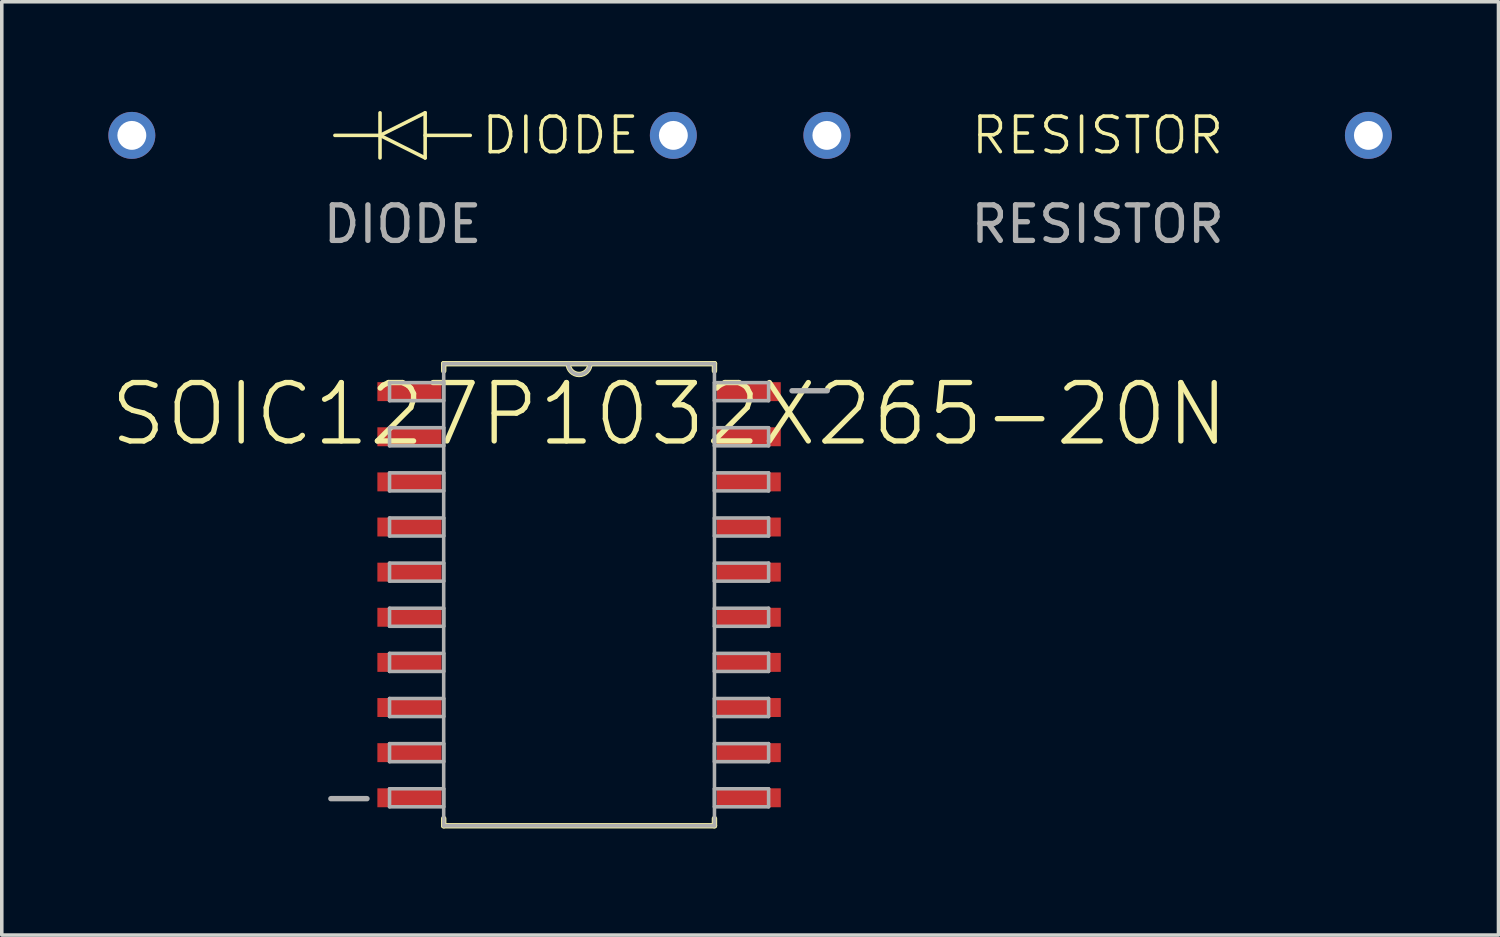
<source format=kicad_pcb>
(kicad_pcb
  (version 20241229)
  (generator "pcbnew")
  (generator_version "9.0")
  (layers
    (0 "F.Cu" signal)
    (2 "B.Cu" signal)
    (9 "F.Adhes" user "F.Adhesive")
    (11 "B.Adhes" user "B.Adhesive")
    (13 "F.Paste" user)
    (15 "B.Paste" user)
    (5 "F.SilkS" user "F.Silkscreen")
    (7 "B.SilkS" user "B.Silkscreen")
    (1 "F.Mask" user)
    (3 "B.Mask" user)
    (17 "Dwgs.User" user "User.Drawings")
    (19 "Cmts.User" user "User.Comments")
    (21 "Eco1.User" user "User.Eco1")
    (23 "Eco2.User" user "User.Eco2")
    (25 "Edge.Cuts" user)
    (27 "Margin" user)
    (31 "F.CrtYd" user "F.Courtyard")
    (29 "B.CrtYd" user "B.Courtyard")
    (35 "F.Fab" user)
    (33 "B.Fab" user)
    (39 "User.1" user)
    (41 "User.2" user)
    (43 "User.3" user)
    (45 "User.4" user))
  (footprint "DIODE"
    (layer "F.Cu")
    (at 8.28 0.76)
    (property "Reference" "DIODE" (at 4.445 0 0) (unlocked yes) (layer "F.SilkS") (effects (font (size 1 1) (thickness 0.1))))
    (attr through_hole)
    (fp_line (start -0.635 -0.635) (end -0.635 0.635) (stroke (width 0.1) (type default)) (layer "F.SilkS"))
    (fp_line (start -0.635 0) (end -1.905 0) (stroke (width 0.1) (type default)) (layer "F.SilkS"))
    (fp_line (start -0.635 0) (end 0.635 -0.635) (stroke (width 0.1) (type default)) (layer "F.SilkS"))
    (fp_line (start 0.635 -0.635) (end 0.635 0.635) (stroke (width 0.1) (type default)) (layer "F.SilkS"))
    (fp_line (start 0.635 0) (end 1.905 0) (stroke (width 0.1) (type default)) (layer "F.SilkS"))
    (fp_line (start 0.635 0.635) (end -0.635 0) (stroke (width 0.1) (type default)) (layer "F.SilkS"))
    (fp_text user "${REFERENCE}" (at 0 2.5 0) (unlocked yes) (layer "F.Fab") (effects (font (size 1 1) (thickness 0.15))))
    (pad "1" thru_hole circle (at -7.62 0) (size 1.321 1.321) (drill 0.813) (layers "*.Cu" "*.Mask"))
    (pad "2" thru_hole circle (at 7.62 0) (size 1.321 1.321) (drill 0.813) (layers "*.Cu" "*.Mask")))
  (footprint "SOIC127P1032X265-20N"
    (layer "F.Cu")
    (at 13.247 13.687)
    (property "Reference" "SOIC127P1032X265-20N" (at 2.54 -5.08 0) (layer "F.SilkS") (effects (font (size 1.643 1.643) (thickness 0.15))))
    (attr smd)
    (fp_line (start -3.81 -6.502) (end -3.81 -6.299) (stroke (width 0.152) (type solid)) (layer "F.SilkS"))
    (fp_line (start -3.81 6.299) (end -3.81 6.502) (stroke (width 0.152) (type solid)) (layer "F.SilkS"))
    (fp_line (start -3.81 6.502) (end 3.81 6.502) (stroke (width 0.152) (type solid)) (layer "F.SilkS"))
    (fp_line (start -0.305 -6.502) (end -3.81 -6.502) (stroke (width 0.152) (type solid)) (layer "F.SilkS"))
    (fp_line (start 0.305 -6.502) (end -0.305 -6.502) (stroke (width 0.152) (type solid)) (layer "F.SilkS"))
    (fp_line (start 3.81 -6.502) (end 0.305 -6.502) (stroke (width 0.152) (type solid)) (layer "F.SilkS"))
    (fp_line (start 3.81 -6.299) (end 3.81 -6.502) (stroke (width 0.152) (type solid)) (layer "F.SilkS"))
    (fp_line (start 3.81 6.502) (end 3.81 6.299) (stroke (width 0.152) (type solid)) (layer "F.SilkS"))
    (fp_arc (start 0.3048 -6.5024) (mid 0 -6.1976) (end -0.3048 -6.5024) (stroke (width 0.1524) (type solid)) (layer "F.SilkS"))
    (fp_line (start -6.985 5.74) (end -5.969 5.74) (stroke (width 0.152) (type solid)) (layer "F.Fab"))
    (fp_line (start -5.334 -5.969) (end -5.334 -5.461) (stroke (width 0.1) (type solid)) (layer "F.Fab"))
    (fp_line (start -5.334 -5.461) (end -3.81 -5.461) (stroke (width 0.1) (type solid)) (layer "F.Fab"))
    (fp_line (start -5.334 -4.699) (end -5.334 -4.191) (stroke (width 0.1) (type solid)) (layer "F.Fab"))
    (fp_line (start -5.334 -4.191) (end -3.81 -4.191) (stroke (width 0.1) (type solid)) (layer "F.Fab"))
    (fp_line (start -5.334 -3.429) (end -5.334 -2.921) (stroke (width 0.1) (type solid)) (layer "F.Fab"))
    (fp_line (start -5.334 -2.921) (end -3.81 -2.921) (stroke (width 0.1) (type solid)) (layer "F.Fab"))
    (fp_line (start -5.334 -2.159) (end -5.334 -1.651) (stroke (width 0.1) (type solid)) (layer "F.Fab"))
    (fp_line (start -5.334 -1.651) (end -3.81 -1.651) (stroke (width 0.1) (type solid)) (layer "F.Fab"))
    (fp_line (start -5.334 -0.889) (end -5.334 -0.381) (stroke (width 0.1) (type solid)) (layer "F.Fab"))
    (fp_line (start -5.334 -0.381) (end -3.81 -0.381) (stroke (width 0.1) (type solid)) (layer "F.Fab"))
    (fp_line (start -5.334 0.381) (end -5.334 0.889) (stroke (width 0.1) (type solid)) (layer "F.Fab"))
    (fp_line (start -5.334 0.889) (end -3.81 0.889) (stroke (width 0.1) (type solid)) (layer "F.Fab"))
    (fp_line (start -5.334 1.651) (end -5.334 2.159) (stroke (width 0.1) (type solid)) (layer "F.Fab"))
    (fp_line (start -5.334 2.159) (end -3.81 2.159) (stroke (width 0.1) (type solid)) (layer "F.Fab"))
    (fp_line (start -5.334 2.921) (end -5.334 3.429) (stroke (width 0.1) (type solid)) (layer "F.Fab"))
    (fp_line (start -5.334 3.429) (end -3.81 3.429) (stroke (width 0.1) (type solid)) (layer "F.Fab"))
    (fp_line (start -5.334 4.191) (end -5.334 4.699) (stroke (width 0.1) (type solid)) (layer "F.Fab"))
    (fp_line (start -5.334 4.699) (end -3.81 4.699) (stroke (width 0.1) (type solid)) (layer "F.Fab"))
    (fp_line (start -5.334 5.461) (end -5.334 5.969) (stroke (width 0.1) (type solid)) (layer "F.Fab"))
    (fp_line (start -5.334 5.969) (end -3.81 5.969) (stroke (width 0.1) (type solid)) (layer "F.Fab"))
    (fp_line (start -3.81 -6.502) (end -3.81 6.502) (stroke (width 0.1) (type solid)) (layer "F.Fab"))
    (fp_line (start -3.81 -5.969) (end -5.334 -5.969) (stroke (width 0.1) (type solid)) (layer "F.Fab"))
    (fp_line (start -3.81 -5.461) (end -3.81 -5.969) (stroke (width 0.1) (type solid)) (layer "F.Fab"))
    (fp_line (start -3.81 -4.699) (end -5.334 -4.699) (stroke (width 0.1) (type solid)) (layer "F.Fab"))
    (fp_line (start -3.81 -4.191) (end -3.81 -4.699) (stroke (width 0.1) (type solid)) (layer "F.Fab"))
    (fp_line (start -3.81 -3.429) (end -5.334 -3.429) (stroke (width 0.1) (type solid)) (layer "F.Fab"))
    (fp_line (start -3.81 -2.921) (end -3.81 -3.429) (stroke (width 0.1) (type solid)) (layer "F.Fab"))
    (fp_line (start -3.81 -2.159) (end -5.334 -2.159) (stroke (width 0.1) (type solid)) (layer "F.Fab"))
    (fp_line (start -3.81 -1.651) (end -3.81 -2.159) (stroke (width 0.1) (type solid)) (layer "F.Fab"))
    (fp_line (start -3.81 -0.889) (end -5.334 -0.889) (stroke (width 0.1) (type solid)) (layer "F.Fab"))
    (fp_line (start -3.81 -0.381) (end -3.81 -0.889) (stroke (width 0.1) (type solid)) (layer "F.Fab"))
    (fp_line (start -3.81 0.381) (end -5.334 0.381) (stroke (width 0.1) (type solid)) (layer "F.Fab"))
    (fp_line (start -3.81 0.889) (end -3.81 0.381) (stroke (width 0.1) (type solid)) (layer "F.Fab"))
    (fp_line (start -3.81 1.651) (end -5.334 1.651) (stroke (width 0.1) (type solid)) (layer "F.Fab"))
    (fp_line (start -3.81 2.159) (end -3.81 1.651) (stroke (width 0.1) (type solid)) (layer "F.Fab"))
    (fp_line (start -3.81 2.921) (end -5.334 2.921) (stroke (width 0.1) (type solid)) (layer "F.Fab"))
    (fp_line (start -3.81 3.429) (end -3.81 2.921) (stroke (width 0.1) (type solid)) (layer "F.Fab"))
    (fp_line (start -3.81 4.191) (end -5.334 4.191) (stroke (width 0.1) (type solid)) (layer "F.Fab"))
    (fp_line (start -3.81 4.699) (end -3.81 4.191) (stroke (width 0.1) (type solid)) (layer "F.Fab"))
    (fp_line (start -3.81 5.461) (end -5.334 5.461) (stroke (width 0.1) (type solid)) (layer "F.Fab"))
    (fp_line (start -3.81 5.969) (end -3.81 5.461) (stroke (width 0.1) (type solid)) (layer "F.Fab"))
    (fp_line (start -3.81 6.502) (end 3.81 6.502) (stroke (width 0.1) (type solid)) (layer "F.Fab"))
    (fp_line (start -0.305 -6.502) (end -3.81 -6.502) (stroke (width 0.1) (type solid)) (layer "F.Fab"))
    (fp_line (start 0.305 -6.502) (end -0.305 -6.502) (stroke (width 0.1) (type solid)) (layer "F.Fab"))
    (fp_line (start 3.81 -6.502) (end 0.305 -6.502) (stroke (width 0.1) (type solid)) (layer "F.Fab"))
    (fp_line (start 3.81 -5.969) (end 3.81 -5.461) (stroke (width 0.1) (type solid)) (layer "F.Fab"))
    (fp_line (start 3.81 -5.461) (end 5.334 -5.461) (stroke (width 0.1) (type solid)) (layer "F.Fab"))
    (fp_line (start 3.81 -4.699) (end 3.81 -4.191) (stroke (width 0.1) (type solid)) (layer "F.Fab"))
    (fp_line (start 3.81 -4.191) (end 5.334 -4.191) (stroke (width 0.1) (type solid)) (layer "F.Fab"))
    (fp_line (start 3.81 -3.429) (end 3.81 -2.921) (stroke (width 0.1) (type solid)) (layer "F.Fab"))
    (fp_line (start 3.81 -2.921) (end 5.334 -2.921) (stroke (width 0.1) (type solid)) (layer "F.Fab"))
    (fp_line (start 3.81 -2.159) (end 3.81 -1.651) (stroke (width 0.1) (type solid)) (layer "F.Fab"))
    (fp_line (start 3.81 -1.651) (end 5.334 -1.651) (stroke (width 0.1) (type solid)) (layer "F.Fab"))
    (fp_line (start 3.81 -0.889) (end 3.81 -0.381) (stroke (width 0.1) (type solid)) (layer "F.Fab"))
    (fp_line (start 3.81 -0.381) (end 5.334 -0.381) (stroke (width 0.1) (type solid)) (layer "F.Fab"))
    (fp_line (start 3.81 0.381) (end 3.81 0.889) (stroke (width 0.1) (type solid)) (layer "F.Fab"))
    (fp_line (start 3.81 0.889) (end 5.334 0.889) (stroke (width 0.1) (type solid)) (layer "F.Fab"))
    (fp_line (start 3.81 1.651) (end 3.81 2.159) (stroke (width 0.1) (type solid)) (layer "F.Fab"))
    (fp_line (start 3.81 2.159) (end 5.334 2.159) (stroke (width 0.1) (type solid)) (layer "F.Fab"))
    (fp_line (start 3.81 2.921) (end 3.81 3.429) (stroke (width 0.1) (type solid)) (layer "F.Fab"))
    (fp_line (start 3.81 3.429) (end 5.334 3.429) (stroke (width 0.1) (type solid)) (layer "F.Fab"))
    (fp_line (start 3.81 4.191) (end 3.81 4.699) (stroke (width 0.1) (type solid)) (layer "F.Fab"))
    (fp_line (start 3.81 4.699) (end 5.334 4.699) (stroke (width 0.1) (type solid)) (layer "F.Fab"))
    (fp_line (start 3.81 5.461) (end 3.81 5.969) (stroke (width 0.1) (type solid)) (layer "F.Fab"))
    (fp_line (start 3.81 5.969) (end 5.334 5.969) (stroke (width 0.1) (type solid)) (layer "F.Fab"))
    (fp_line (start 3.81 6.502) (end 3.81 -6.502) (stroke (width 0.1) (type solid)) (layer "F.Fab"))
    (fp_line (start 5.334 -5.969) (end 3.81 -5.969) (stroke (width 0.1) (type solid)) (layer "F.Fab"))
    (fp_line (start 5.334 -5.461) (end 5.334 -5.969) (stroke (width 0.1) (type solid)) (layer "F.Fab"))
    (fp_line (start 5.334 -4.699) (end 3.81 -4.699) (stroke (width 0.1) (type solid)) (layer "F.Fab"))
    (fp_line (start 5.334 -4.191) (end 5.334 -4.699) (stroke (width 0.1) (type solid)) (layer "F.Fab"))
    (fp_line (start 5.334 -3.429) (end 3.81 -3.429) (stroke (width 0.1) (type solid)) (layer "F.Fab"))
    (fp_line (start 5.334 -2.921) (end 5.334 -3.429) (stroke (width 0.1) (type solid)) (layer "F.Fab"))
    (fp_line (start 5.334 -2.159) (end 3.81 -2.159) (stroke (width 0.1) (type solid)) (layer "F.Fab"))
    (fp_line (start 5.334 -1.651) (end 5.334 -2.159) (stroke (width 0.1) (type solid)) (layer "F.Fab"))
    (fp_line (start 5.334 -0.889) (end 3.81 -0.889) (stroke (width 0.1) (type solid)) (layer "F.Fab"))
    (fp_line (start 5.334 -0.381) (end 5.334 -0.889) (stroke (width 0.1) (type solid)) (layer "F.Fab"))
    (fp_line (start 5.334 0.381) (end 3.81 0.381) (stroke (width 0.1) (type solid)) (layer "F.Fab"))
    (fp_line (start 5.334 0.889) (end 5.334 0.381) (stroke (width 0.1) (type solid)) (layer "F.Fab"))
    (fp_line (start 5.334 1.651) (end 3.81 1.651) (stroke (width 0.1) (type solid)) (layer "F.Fab"))
    (fp_line (start 5.334 2.159) (end 5.334 1.651) (stroke (width 0.1) (type solid)) (layer "F.Fab"))
    (fp_line (start 5.334 2.921) (end 3.81 2.921) (stroke (width 0.1) (type solid)) (layer "F.Fab"))
    (fp_line (start 5.334 3.429) (end 5.334 2.921) (stroke (width 0.1) (type solid)) (layer "F.Fab"))
    (fp_line (start 5.334 4.191) (end 3.81 4.191) (stroke (width 0.1) (type solid)) (layer "F.Fab"))
    (fp_line (start 5.334 4.699) (end 5.334 4.191) (stroke (width 0.1) (type solid)) (layer "F.Fab"))
    (fp_line (start 5.334 5.461) (end 3.81 5.461) (stroke (width 0.1) (type solid)) (layer "F.Fab"))
    (fp_line (start 5.334 5.969) (end 5.334 5.461) (stroke (width 0.1) (type solid)) (layer "F.Fab"))
    (fp_line (start 5.994 -5.74) (end 6.985 -5.74) (stroke (width 0.152) (type solid)) (layer "F.Fab"))
    (fp_arc (start 0.3048 -6.5024) (mid 0 -6.1976) (end -0.3048 -6.5024) (stroke (width 0.1) (type solid)) (layer "F.Fab"))
    (pad "1" smd rect (at -4.775 -5.715) (size 1.803 0.533) (layers "F.Cu" "F.Mask" "F.Paste"))
    (pad "2" smd rect (at -4.775 -4.445) (size 1.803 0.533) (layers "F.Cu" "F.Mask" "F.Paste"))
    (pad "3" smd rect (at -4.775 -3.175) (size 1.803 0.533) (layers "F.Cu" "F.Mask" "F.Paste"))
    (pad "4" smd rect (at -4.775 -1.905) (size 1.803 0.533) (layers "F.Cu" "F.Mask" "F.Paste"))
    (pad "5" smd rect (at -4.775 -0.635) (size 1.803 0.533) (layers "F.Cu" "F.Mask" "F.Paste"))
    (pad "6" smd rect (at -4.775 0.635) (size 1.803 0.533) (layers "F.Cu" "F.Mask" "F.Paste"))
    (pad "7" smd rect (at -4.775 1.905) (size 1.803 0.533) (layers "F.Cu" "F.Mask" "F.Paste"))
    (pad "8" smd rect (at -4.775 3.175) (size 1.803 0.533) (layers "F.Cu" "F.Mask" "F.Paste"))
    (pad "9" smd rect (at -4.775 4.445) (size 1.803 0.533) (layers "F.Cu" "F.Mask" "F.Paste"))
    (pad "10" smd rect (at -4.775 5.715) (size 1.803 0.533) (layers "F.Cu" "F.Mask" "F.Paste"))
    (pad "11" smd rect (at 4.775 5.715) (size 1.803 0.533) (layers "F.Cu" "F.Mask" "F.Paste"))
    (pad "12" smd rect (at 4.775 4.445) (size 1.803 0.533) (layers "F.Cu" "F.Mask" "F.Paste"))
    (pad "13" smd rect (at 4.775 3.175) (size 1.803 0.533) (layers "F.Cu" "F.Mask" "F.Paste"))
    (pad "14" smd rect (at 4.775 1.905) (size 1.803 0.533) (layers "F.Cu" "F.Mask" "F.Paste"))
    (pad "15" smd rect (at 4.775 0.635) (size 1.803 0.533) (layers "F.Cu" "F.Mask" "F.Paste"))
    (pad "16" smd rect (at 4.775 -0.635) (size 1.803 0.533) (layers "F.Cu" "F.Mask" "F.Paste"))
    (pad "17" smd rect (at 4.775 -1.905) (size 1.803 0.533) (layers "F.Cu" "F.Mask" "F.Paste"))
    (pad "18" smd rect (at 4.775 -3.175) (size 1.803 0.533) (layers "F.Cu" "F.Mask" "F.Paste"))
    (pad "19" smd rect (at 4.775 -4.445) (size 1.803 0.533) (layers "F.Cu" "F.Mask" "F.Paste"))
    (pad "20" smd rect (at 4.775 -5.715) (size 1.803 0.533) (layers "F.Cu" "F.Mask" "F.Paste")))
  (footprint "RESISTOR"
    (layer "F.Cu")
    (at 27.841 0.76)
    (property "Reference" "RESISTOR" (at 0 0 0) (unlocked yes) (layer "F.SilkS") (effects (font (size 1 1) (thickness 0.1))))
    (attr through_hole)
    (fp_text user "${REFERENCE}" (at 0 2.5 0) (unlocked yes) (layer "F.Fab") (effects (font (size 1 1) (thickness 0.15))))
    (pad "1" thru_hole circle (at -7.62 0) (size 1.321 1.321) (drill 0.813) (layers "*.Cu" "*.Mask"))
    (pad "2" thru_hole circle (at 7.62 0) (size 1.321 1.321) (drill 0.813) (layers "*.Cu" "*.Mask")))
  (gr_rect
    (start -3 -3)
    (end 39.122 23.266)
    (stroke (width 0.1) (type default))
    (fill no)
    (layer "Edge.Cuts")))
</source>
